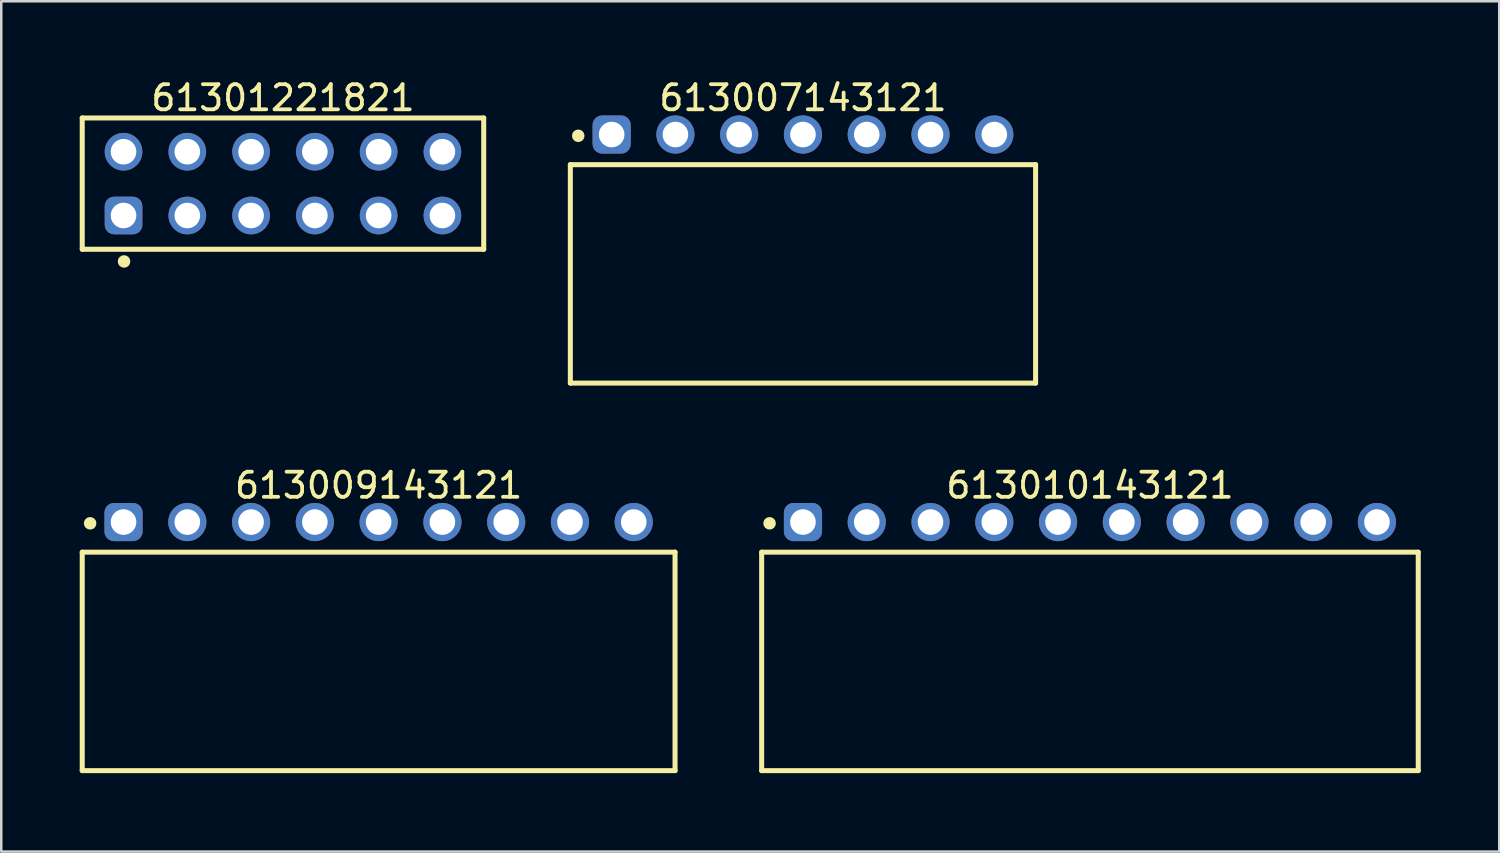
<source format=kicad_pcb>
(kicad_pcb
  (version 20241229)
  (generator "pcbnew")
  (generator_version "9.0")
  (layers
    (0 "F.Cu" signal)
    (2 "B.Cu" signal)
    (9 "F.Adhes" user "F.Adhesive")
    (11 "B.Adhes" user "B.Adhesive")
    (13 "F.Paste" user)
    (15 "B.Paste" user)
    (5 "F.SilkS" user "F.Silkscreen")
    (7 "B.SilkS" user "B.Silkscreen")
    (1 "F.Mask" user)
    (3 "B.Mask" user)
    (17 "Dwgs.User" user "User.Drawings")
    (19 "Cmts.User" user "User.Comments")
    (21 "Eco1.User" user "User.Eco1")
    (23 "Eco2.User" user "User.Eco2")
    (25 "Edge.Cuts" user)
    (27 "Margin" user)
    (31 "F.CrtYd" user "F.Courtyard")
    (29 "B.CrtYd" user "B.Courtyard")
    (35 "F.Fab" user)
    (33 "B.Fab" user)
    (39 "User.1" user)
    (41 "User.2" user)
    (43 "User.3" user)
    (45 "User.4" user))
  (footprint "613009143121"
    (layer "F.Cu")
    (at 12.03 23.292)
    (property "Reference" "613009143121" (at 0 -7.01 0) (layer "F.SilkS") (effects (font (size 1 1) (thickness 0.15))))
    (fp_line (start -11.805 -4.35) (end 11.805 -4.35) (stroke (width 0.2) (type solid)) (layer "F.SilkS"))
    (fp_line (start -11.805 4.35) (end -11.805 -4.35) (stroke (width 0.2) (type solid)) (layer "F.SilkS"))
    (fp_line (start -11.805 4.35) (end 11.805 4.35) (stroke (width 0.2) (type solid)) (layer "F.SilkS"))
    (fp_line (start 11.805 4.35) (end 11.805 -4.35) (stroke (width 0.2) (type solid)) (layer "F.SilkS"))
    (fp_circle (center -11.49 -5.5) (end -11.49 -5.625) (stroke (width 0.25) (type solid)) (fill no) (layer "F.SilkS"))
    (fp_line (start -12.005 -6.51) (end 12.005 -6.51) (stroke (width 0.05) (type solid)) (layer "Eco2.User"))
    (fp_line (start -12.005 4.55) (end -12.005 -6.51) (stroke (width 0.05) (type solid)) (layer "Eco2.User"))
    (fp_line (start -12.005 4.55) (end 12.005 4.55) (stroke (width 0.05) (type solid)) (layer "Eco2.User"))
    (fp_line (start -11.68 -4.25) (end 11.68 -4.25) (stroke (width 0.1) (type solid)) (layer "Eco2.User"))
    (fp_line (start -11.68 4.25) (end -11.68 -4.25) (stroke (width 0.1) (type solid)) (layer "Eco2.User"))
    (fp_line (start -11.68 4.25) (end 11.68 4.25) (stroke (width 0.1) (type solid)) (layer "Eco2.User"))
    (fp_line (start -10.53 -5.75) (end -9.79 -5.75) (stroke (width 0.1) (type solid)) (layer "Eco2.User"))
    (fp_line (start -10.53 -4.25) (end -10.53 -5.75) (stroke (width 0.1) (type solid)) (layer "Eco2.User"))
    (fp_line (start -9.79 -4.25) (end -9.79 -5.75) (stroke (width 0.1) (type solid)) (layer "Eco2.User"))
    (fp_line (start -7.99 -5.75) (end -7.25 -5.75) (stroke (width 0.1) (type solid)) (layer "Eco2.User"))
    (fp_line (start -7.99 -4.25) (end -7.99 -5.75) (stroke (width 0.1) (type solid)) (layer "Eco2.User"))
    (fp_line (start -7.25 -4.25) (end -7.25 -5.75) (stroke (width 0.1) (type solid)) (layer "Eco2.User"))
    (fp_line (start -5.45 -5.75) (end -4.71 -5.75) (stroke (width 0.1) (type solid)) (layer "Eco2.User"))
    (fp_line (start -5.45 -4.25) (end -5.45 -5.75) (stroke (width 0.1) (type solid)) (layer "Eco2.User"))
    (fp_line (start -4.71 -4.25) (end -4.71 -5.75) (stroke (width 0.1) (type solid)) (layer "Eco2.User"))
    (fp_line (start -2.91 -5.75) (end -2.17 -5.75) (stroke (width 0.1) (type solid)) (layer "Eco2.User"))
    (fp_line (start -2.91 -4.25) (end -2.91 -5.75) (stroke (width 0.1) (type solid)) (layer "Eco2.User"))
    (fp_line (start -2.17 -4.25) (end -2.17 -5.75) (stroke (width 0.1) (type solid)) (layer "Eco2.User"))
    (fp_line (start -0.5 0) (end 0.5 0) (stroke (width 0.05) (type solid)) (layer "Eco2.User"))
    (fp_line (start -0.37 -5.75) (end 0.37 -5.75) (stroke (width 0.1) (type solid)) (layer "Eco2.User"))
    (fp_line (start -0.37 -4.25) (end -0.37 -5.75) (stroke (width 0.1) (type solid)) (layer "Eco2.User"))
    (fp_line (start 0 0.5) (end 0 -0.5) (stroke (width 0.05) (type solid)) (layer "Eco2.User"))
    (fp_line (start 0.37 -4.25) (end 0.37 -5.75) (stroke (width 0.1) (type solid)) (layer "Eco2.User"))
    (fp_line (start 2.17 -5.75) (end 2.91 -5.75) (stroke (width 0.1) (type solid)) (layer "Eco2.User"))
    (fp_line (start 2.17 -4.25) (end 2.17 -5.75) (stroke (width 0.1) (type solid)) (layer "Eco2.User"))
    (fp_line (start 2.91 -4.25) (end 2.91 -5.75) (stroke (width 0.1) (type solid)) (layer "Eco2.User"))
    (fp_line (start 4.71 -5.75) (end 5.45 -5.75) (stroke (width 0.1) (type solid)) (layer "Eco2.User"))
    (fp_line (start 4.71 -4.25) (end 4.71 -5.75) (stroke (width 0.1) (type solid)) (layer "Eco2.User"))
    (fp_line (start 5.45 -4.25) (end 5.45 -5.75) (stroke (width 0.1) (type solid)) (layer "Eco2.User"))
    (fp_line (start 7.25 -5.75) (end 7.99 -5.75) (stroke (width 0.1) (type solid)) (layer "Eco2.User"))
    (fp_line (start 7.25 -4.25) (end 7.25 -5.75) (stroke (width 0.1) (type solid)) (layer "Eco2.User"))
    (fp_line (start 7.99 -4.25) (end 7.99 -5.75) (stroke (width 0.1) (type solid)) (layer "Eco2.User"))
    (fp_line (start 9.79 -5.75) (end 10.53 -5.75) (stroke (width 0.1) (type solid)) (layer "Eco2.User"))
    (fp_line (start 9.79 -4.25) (end 9.79 -5.75) (stroke (width 0.1) (type solid)) (layer "Eco2.User"))
    (fp_line (start 10.53 -4.25) (end 10.53 -5.75) (stroke (width 0.1) (type solid)) (layer "Eco2.User"))
    (fp_line (start 11.68 4.25) (end 11.68 -4.25) (stroke (width 0.1) (type solid)) (layer "Eco2.User"))
    (fp_line (start 12.005 4.55) (end 12.005 -6.51) (stroke (width 0.05) (type solid)) (layer "Eco2.User"))
    (fp_text user "${REFERENCE}" (at 0.15 -0.197 0) (unlocked yes) (layer "User.3") (effects (font (size 1.5 1.5) (thickness 0.15))))
    (pad "1" thru_hole roundrect (at -10.16 -5.55) (size 1.52 1.52) (drill 1.02) (layers "*.Cu" "*.Mask") (roundrect_rratio 0.25))
    (pad "2" thru_hole circle (at -7.62 -5.55) (size 1.52 1.52) (drill 1.02) (layers "*.Cu" "*.Mask"))
    (pad "3" thru_hole circle (at -5.08 -5.55) (size 1.52 1.52) (drill 1.02) (layers "*.Cu" "*.Mask"))
    (pad "4" thru_hole circle (at -2.54 -5.55) (size 1.52 1.52) (drill 1.02) (layers "*.Cu" "*.Mask"))
    (pad "5" thru_hole circle (at 0 -5.55) (size 1.52 1.52) (drill 1.02) (layers "*.Cu" "*.Mask"))
    (pad "6" thru_hole circle (at 2.54 -5.55) (size 1.52 1.52) (drill 1.02) (layers "*.Cu" "*.Mask"))
    (pad "7" thru_hole circle (at 5.08 -5.55) (size 1.52 1.52) (drill 1.02) (layers "*.Cu" "*.Mask"))
    (pad "8" thru_hole circle (at 7.62 -5.55) (size 1.52 1.52) (drill 1.02) (layers "*.Cu" "*.Mask"))
    (pad "9" thru_hole circle (at 10.16 -5.55) (size 1.52 1.52) (drill 1.02) (layers "*.Cu" "*.Mask")))
  (footprint "613010143121"
    (layer "F.Cu")
    (at 40.36 23.292)
    (property "Reference" "613010143121" (at 0 -7.01 0) (layer "F.SilkS") (effects (font (size 1 1) (thickness 0.15))))
    (fp_line (start -13.075 -4.35) (end 13.075 -4.35) (stroke (width 0.2) (type solid)) (layer "F.SilkS"))
    (fp_line (start -13.075 4.35) (end -13.075 -4.35) (stroke (width 0.2) (type solid)) (layer "F.SilkS"))
    (fp_line (start -13.075 4.35) (end 13.075 4.35) (stroke (width 0.2) (type solid)) (layer "F.SilkS"))
    (fp_line (start 13.075 4.35) (end 13.075 -4.35) (stroke (width 0.2) (type solid)) (layer "F.SilkS"))
    (fp_circle (center -12.76 -5.5) (end -12.76 -5.625) (stroke (width 0.25) (type solid)) (fill no) (layer "F.SilkS"))
    (fp_line (start -13.275 -6.51) (end 13.275 -6.51) (stroke (width 0.05) (type solid)) (layer "Eco2.User"))
    (fp_line (start -13.275 4.55) (end -13.275 -6.51) (stroke (width 0.05) (type solid)) (layer "Eco2.User"))
    (fp_line (start -13.275 4.55) (end 13.275 4.55) (stroke (width 0.05) (type solid)) (layer "Eco2.User"))
    (fp_line (start -12.95 -4.25) (end 12.95 -4.25) (stroke (width 0.1) (type solid)) (layer "Eco2.User"))
    (fp_line (start -12.95 4.25) (end -12.95 -4.25) (stroke (width 0.1) (type solid)) (layer "Eco2.User"))
    (fp_line (start -12.95 4.25) (end 12.95 4.25) (stroke (width 0.1) (type solid)) (layer "Eco2.User"))
    (fp_line (start -11.8 -5.75) (end -11.06 -5.75) (stroke (width 0.1) (type solid)) (layer "Eco2.User"))
    (fp_line (start -11.8 -4.25) (end -11.8 -5.75) (stroke (width 0.1) (type solid)) (layer "Eco2.User"))
    (fp_line (start -11.06 -4.25) (end -11.06 -5.75) (stroke (width 0.1) (type solid)) (layer "Eco2.User"))
    (fp_line (start -9.26 -5.75) (end -8.52 -5.75) (stroke (width 0.1) (type solid)) (layer "Eco2.User"))
    (fp_line (start -9.26 -4.25) (end -9.26 -5.75) (stroke (width 0.1) (type solid)) (layer "Eco2.User"))
    (fp_line (start -8.52 -4.25) (end -8.52 -5.75) (stroke (width 0.1) (type solid)) (layer "Eco2.User"))
    (fp_line (start -6.72 -5.75) (end -5.98 -5.75) (stroke (width 0.1) (type solid)) (layer "Eco2.User"))
    (fp_line (start -6.72 -4.25) (end -6.72 -5.75) (stroke (width 0.1) (type solid)) (layer "Eco2.User"))
    (fp_line (start -5.98 -4.25) (end -5.98 -5.75) (stroke (width 0.1) (type solid)) (layer "Eco2.User"))
    (fp_line (start -4.18 -5.75) (end -3.44 -5.75) (stroke (width 0.1) (type solid)) (layer "Eco2.User"))
    (fp_line (start -4.18 -4.25) (end -4.18 -5.75) (stroke (width 0.1) (type solid)) (layer "Eco2.User"))
    (fp_line (start -3.44 -4.25) (end -3.44 -5.75) (stroke (width 0.1) (type solid)) (layer "Eco2.User"))
    (fp_line (start -1.64 -5.75) (end -0.9 -5.75) (stroke (width 0.1) (type solid)) (layer "Eco2.User"))
    (fp_line (start -1.64 -4.25) (end -1.64 -5.75) (stroke (width 0.1) (type solid)) (layer "Eco2.User"))
    (fp_line (start -0.9 -4.25) (end -0.9 -5.75) (stroke (width 0.1) (type solid)) (layer "Eco2.User"))
    (fp_line (start -0.5 0) (end 0.5 0) (stroke (width 0.05) (type solid)) (layer "Eco2.User"))
    (fp_line (start 0 0.5) (end 0 -0.5) (stroke (width 0.05) (type solid)) (layer "Eco2.User"))
    (fp_line (start 0.9 -5.75) (end 1.64 -5.75) (stroke (width 0.1) (type solid)) (layer "Eco2.User"))
    (fp_line (start 0.9 -4.25) (end 0.9 -5.75) (stroke (width 0.1) (type solid)) (layer "Eco2.User"))
    (fp_line (start 1.64 -4.25) (end 1.64 -5.75) (stroke (width 0.1) (type solid)) (layer "Eco2.User"))
    (fp_line (start 3.44 -5.75) (end 4.18 -5.75) (stroke (width 0.1) (type solid)) (layer "Eco2.User"))
    (fp_line (start 3.44 -4.25) (end 3.44 -5.75) (stroke (width 0.1) (type solid)) (layer "Eco2.User"))
    (fp_line (start 4.18 -4.25) (end 4.18 -5.75) (stroke (width 0.1) (type solid)) (layer "Eco2.User"))
    (fp_line (start 5.98 -5.75) (end 6.72 -5.75) (stroke (width 0.1) (type solid)) (layer "Eco2.User"))
    (fp_line (start 5.98 -4.25) (end 5.98 -5.75) (stroke (width 0.1) (type solid)) (layer "Eco2.User"))
    (fp_line (start 6.72 -4.25) (end 6.72 -5.75) (stroke (width 0.1) (type solid)) (layer "Eco2.User"))
    (fp_line (start 8.52 -5.75) (end 9.26 -5.75) (stroke (width 0.1) (type solid)) (layer "Eco2.User"))
    (fp_line (start 8.52 -4.25) (end 8.52 -5.75) (stroke (width 0.1) (type solid)) (layer "Eco2.User"))
    (fp_line (start 9.26 -4.25) (end 9.26 -5.75) (stroke (width 0.1) (type solid)) (layer "Eco2.User"))
    (fp_line (start 11.06 -5.75) (end 11.8 -5.75) (stroke (width 0.1) (type solid)) (layer "Eco2.User"))
    (fp_line (start 11.06 -4.25) (end 11.06 -5.75) (stroke (width 0.1) (type solid)) (layer "Eco2.User"))
    (fp_line (start 11.8 -4.25) (end 11.8 -5.75) (stroke (width 0.1) (type solid)) (layer "Eco2.User"))
    (fp_line (start 12.95 4.25) (end 12.95 -4.25) (stroke (width 0.1) (type solid)) (layer "Eco2.User"))
    (fp_line (start 13.275 4.55) (end 13.275 -6.51) (stroke (width 0.05) (type solid)) (layer "Eco2.User"))
    (fp_text user "${REFERENCE}" (at 0.15 -0.197 0) (unlocked yes) (layer "User.3") (effects (font (size 1.5 1.5) (thickness 0.15))))
    (pad "1" thru_hole roundrect (at -11.43 -5.55) (size 1.52 1.52) (drill 1.02) (layers "*.Cu" "*.Mask") (roundrect_rratio 0.25))
    (pad "2" thru_hole circle (at -8.89 -5.55) (size 1.52 1.52) (drill 1.02) (layers "*.Cu" "*.Mask"))
    (pad "3" thru_hole circle (at -6.35 -5.55) (size 1.52 1.52) (drill 1.02) (layers "*.Cu" "*.Mask"))
    (pad "4" thru_hole circle (at -3.81 -5.55) (size 1.52 1.52) (drill 1.02) (layers "*.Cu" "*.Mask"))
    (pad "5" thru_hole circle (at -1.27 -5.55) (size 1.52 1.52) (drill 1.02) (layers "*.Cu" "*.Mask"))
    (pad "6" thru_hole circle (at 1.27 -5.55) (size 1.52 1.52) (drill 1.02) (layers "*.Cu" "*.Mask"))
    (pad "7" thru_hole circle (at 3.81 -5.55) (size 1.52 1.52) (drill 1.02) (layers "*.Cu" "*.Mask"))
    (pad "8" thru_hole circle (at 6.35 -5.55) (size 1.52 1.52) (drill 1.02) (layers "*.Cu" "*.Mask"))
    (pad "9" thru_hole circle (at 8.89 -5.55) (size 1.52 1.52) (drill 1.02) (layers "*.Cu" "*.Mask"))
    (pad "10" thru_hole circle (at 11.43 -5.55) (size 1.52 1.52) (drill 1.02) (layers "*.Cu" "*.Mask")))
  (footprint "613007143121"
    (layer "F.Cu")
    (at 28.93 7.858)
    (property "Reference" "613007143121" (at 0 -7.01 0) (layer "F.SilkS") (effects (font (size 1 1) (thickness 0.15))))
    (fp_line (start -9.265 -4.35) (end 9.265 -4.35) (stroke (width 0.2) (type solid)) (layer "F.SilkS"))
    (fp_line (start -9.265 4.35) (end -9.265 -4.35) (stroke (width 0.2) (type solid)) (layer "F.SilkS"))
    (fp_line (start -9.265 4.35) (end 9.265 4.35) (stroke (width 0.2) (type solid)) (layer "F.SilkS"))
    (fp_line (start 9.265 4.35) (end 9.265 -4.35) (stroke (width 0.2) (type solid)) (layer "F.SilkS"))
    (fp_circle (center -8.95 -5.5) (end -8.95 -5.625) (stroke (width 0.25) (type solid)) (fill no) (layer "F.SilkS"))
    (fp_line (start -9.465 -6.51) (end 9.465 -6.51) (stroke (width 0.05) (type solid)) (layer "Eco2.User"))
    (fp_line (start -9.465 4.55) (end -9.465 -6.51) (stroke (width 0.05) (type solid)) (layer "Eco2.User"))
    (fp_line (start -9.465 4.55) (end 9.465 4.55) (stroke (width 0.05) (type solid)) (layer "Eco2.User"))
    (fp_line (start -9.14 -4.25) (end 9.14 -4.25) (stroke (width 0.1) (type solid)) (layer "Eco2.User"))
    (fp_line (start -9.14 4.25) (end -9.14 -4.25) (stroke (width 0.1) (type solid)) (layer "Eco2.User"))
    (fp_line (start -9.14 4.25) (end 9.14 4.25) (stroke (width 0.1) (type solid)) (layer "Eco2.User"))
    (fp_line (start -7.99 -5.75) (end -7.25 -5.75) (stroke (width 0.1) (type solid)) (layer "Eco2.User"))
    (fp_line (start -7.99 -4.25) (end -7.99 -5.75) (stroke (width 0.1) (type solid)) (layer "Eco2.User"))
    (fp_line (start -7.25 -4.25) (end -7.25 -5.75) (stroke (width 0.1) (type solid)) (layer "Eco2.User"))
    (fp_line (start -5.45 -5.75) (end -4.71 -5.75) (stroke (width 0.1) (type solid)) (layer "Eco2.User"))
    (fp_line (start -5.45 -4.25) (end -5.45 -5.75) (stroke (width 0.1) (type solid)) (layer "Eco2.User"))
    (fp_line (start -4.71 -4.25) (end -4.71 -5.75) (stroke (width 0.1) (type solid)) (layer "Eco2.User"))
    (fp_line (start -2.91 -5.75) (end -2.17 -5.75) (stroke (width 0.1) (type solid)) (layer "Eco2.User"))
    (fp_line (start -2.91 -4.25) (end -2.91 -5.75) (stroke (width 0.1) (type solid)) (layer "Eco2.User"))
    (fp_line (start -2.17 -4.25) (end -2.17 -5.75) (stroke (width 0.1) (type solid)) (layer "Eco2.User"))
    (fp_line (start -0.5 0) (end 0.5 0) (stroke (width 0.05) (type solid)) (layer "Eco2.User"))
    (fp_line (start -0.37 -5.75) (end 0.37 -5.75) (stroke (width 0.1) (type solid)) (layer "Eco2.User"))
    (fp_line (start -0.37 -4.25) (end -0.37 -5.75) (stroke (width 0.1) (type solid)) (layer "Eco2.User"))
    (fp_line (start 0 0.5) (end 0 -0.5) (stroke (width 0.05) (type solid)) (layer "Eco2.User"))
    (fp_line (start 0.37 -4.25) (end 0.37 -5.75) (stroke (width 0.1) (type solid)) (layer "Eco2.User"))
    (fp_line (start 2.17 -5.75) (end 2.91 -5.75) (stroke (width 0.1) (type solid)) (layer "Eco2.User"))
    (fp_line (start 2.17 -4.25) (end 2.17 -5.75) (stroke (width 0.1) (type solid)) (layer "Eco2.User"))
    (fp_line (start 2.91 -4.25) (end 2.91 -5.75) (stroke (width 0.1) (type solid)) (layer "Eco2.User"))
    (fp_line (start 4.71 -5.75) (end 5.45 -5.75) (stroke (width 0.1) (type solid)) (layer "Eco2.User"))
    (fp_line (start 4.71 -4.25) (end 4.71 -5.75) (stroke (width 0.1) (type solid)) (layer "Eco2.User"))
    (fp_line (start 5.45 -4.25) (end 5.45 -5.75) (stroke (width 0.1) (type solid)) (layer "Eco2.User"))
    (fp_line (start 7.25 -5.75) (end 7.99 -5.75) (stroke (width 0.1) (type solid)) (layer "Eco2.User"))
    (fp_line (start 7.25 -4.25) (end 7.25 -5.75) (stroke (width 0.1) (type solid)) (layer "Eco2.User"))
    (fp_line (start 7.99 -4.25) (end 7.99 -5.75) (stroke (width 0.1) (type solid)) (layer "Eco2.User"))
    (fp_line (start 9.14 4.25) (end 9.14 -4.25) (stroke (width 0.1) (type solid)) (layer "Eco2.User"))
    (fp_line (start 9.465 4.55) (end 9.465 -6.51) (stroke (width 0.05) (type solid)) (layer "Eco2.User"))
    (fp_text user "${REFERENCE}" (at 0.15 -0.197 0) (unlocked yes) (layer "User.3") (effects (font (size 1.5 1.5) (thickness 0.15))))
    (pad "1" thru_hole roundrect (at -7.62 -5.55) (size 1.52 1.52) (drill 1.02) (layers "*.Cu" "*.Mask") (roundrect_rratio 0.25))
    (pad "2" thru_hole circle (at -5.08 -5.55) (size 1.52 1.52) (drill 1.02) (layers "*.Cu" "*.Mask"))
    (pad "3" thru_hole circle (at -2.54 -5.55) (size 1.52 1.52) (drill 1.02) (layers "*.Cu" "*.Mask"))
    (pad "4" thru_hole circle (at 0 -5.55) (size 1.52 1.52) (drill 1.02) (layers "*.Cu" "*.Mask"))
    (pad "5" thru_hole circle (at 2.54 -5.55) (size 1.52 1.52) (drill 1.02) (layers "*.Cu" "*.Mask"))
    (pad "6" thru_hole circle (at 5.08 -5.55) (size 1.52 1.52) (drill 1.02) (layers "*.Cu" "*.Mask"))
    (pad "7" thru_hole circle (at 7.62 -5.55) (size 1.52 1.52) (drill 1.02) (layers "*.Cu" "*.Mask")))
  (footprint "61301221821"
    (layer "F.Cu")
    (at 8.22 4.263)
    (property "Reference" "61301221821" (at 0 -3.415 0) (layer "F.SilkS") (effects (font (size 1 1) (thickness 0.15))))
    (fp_line (start -7.995 -2.615) (end 7.995 -2.615) (stroke (width 0.2) (type solid)) (layer "F.SilkS"))
    (fp_line (start -7.995 2.615) (end -7.995 -2.615) (stroke (width 0.2) (type solid)) (layer "F.SilkS"))
    (fp_line (start -7.995 2.615) (end 7.995 2.615) (stroke (width 0.2) (type solid)) (layer "F.SilkS"))
    (fp_line (start 7.995 2.615) (end 7.995 -2.615) (stroke (width 0.2) (type solid)) (layer "F.SilkS"))
    (fp_circle (center -6.33 3.1) (end -6.33 2.975) (stroke (width 0.25) (type solid)) (fill no) (layer "F.SilkS"))
    (fp_line (start -8.195 -2.815) (end 8.195 -2.815) (stroke (width 0.05) (type solid)) (layer "Eco2.User"))
    (fp_line (start -8.195 2.815) (end -8.195 -2.815) (stroke (width 0.05) (type solid)) (layer "Eco2.User"))
    (fp_line (start -8.195 2.815) (end 8.195 2.815) (stroke (width 0.05) (type solid)) (layer "Eco2.User"))
    (fp_line (start -7.87 -2.54) (end 7.87 -2.54) (stroke (width 0.1) (type solid)) (layer "Eco2.User"))
    (fp_line (start -7.87 2.54) (end -7.87 -2.54) (stroke (width 0.1) (type solid)) (layer "Eco2.User"))
    (fp_line (start -7.87 2.54) (end 7.87 2.54) (stroke (width 0.1) (type solid)) (layer "Eco2.User"))
    (fp_line (start -0.5 0) (end 0.5 0) (stroke (width 0.05) (type solid)) (layer "Eco2.User"))
    (fp_line (start 0 0.5) (end 0 -0.5) (stroke (width 0.05) (type solid)) (layer "Eco2.User"))
    (fp_line (start 7.87 2.54) (end 7.87 -2.54) (stroke (width 0.1) (type solid)) (layer "Eco2.User"))
    (fp_line (start 8.195 2.815) (end 8.195 -2.815) (stroke (width 0.05) (type solid)) (layer "Eco2.User"))
    (fp_text user "${REFERENCE}" (at 0.15 -0.197 0) (unlocked yes) (layer "User.3") (effects (font (size 1.5 1.5) (thickness 0.15))))
    (pad "1" thru_hole roundrect (at -6.35 1.27) (size 1.5 1.5) (drill 1.02) (layers "*.Cu" "*.Mask") (roundrect_rratio 0.25))
    (pad "2" thru_hole circle (at -6.35 -1.27) (size 1.5 1.5) (drill 1.02) (layers "*.Cu" "*.Mask"))
    (pad "3" thru_hole circle (at -3.81 1.27) (size 1.5 1.5) (drill 1.02) (layers "*.Cu" "*.Mask"))
    (pad "4" thru_hole circle (at -3.81 -1.27) (size 1.5 1.5) (drill 1.02) (layers "*.Cu" "*.Mask"))
    (pad "5" thru_hole circle (at -1.27 1.27) (size 1.5 1.5) (drill 1.02) (layers "*.Cu" "*.Mask"))
    (pad "6" thru_hole circle (at -1.27 -1.27) (size 1.5 1.5) (drill 1.02) (layers "*.Cu" "*.Mask"))
    (pad "7" thru_hole circle (at 1.27 1.27) (size 1.5 1.5) (drill 1.02) (layers "*.Cu" "*.Mask"))
    (pad "8" thru_hole circle (at 1.27 -1.27) (size 1.5 1.5) (drill 1.02) (layers "*.Cu" "*.Mask"))
    (pad "9" thru_hole circle (at 3.81 1.27) (size 1.5 1.5) (drill 1.02) (layers "*.Cu" "*.Mask"))
    (pad "10" thru_hole circle (at 3.81 -1.27) (size 1.5 1.5) (drill 1.02) (layers "*.Cu" "*.Mask"))
    (pad "11" thru_hole circle (at 6.35 1.27) (size 1.5 1.5) (drill 1.02) (layers "*.Cu" "*.Mask"))
    (pad "12" thru_hole circle (at 6.35 -1.27) (size 1.5 1.5) (drill 1.02) (layers "*.Cu" "*.Mask")))
  (gr_rect
    (start -3 -3)
    (end 56.66 30.867)
    (stroke (width 0.1) (type default))
    (fill no)
    (layer "Edge.Cuts")))
</source>
